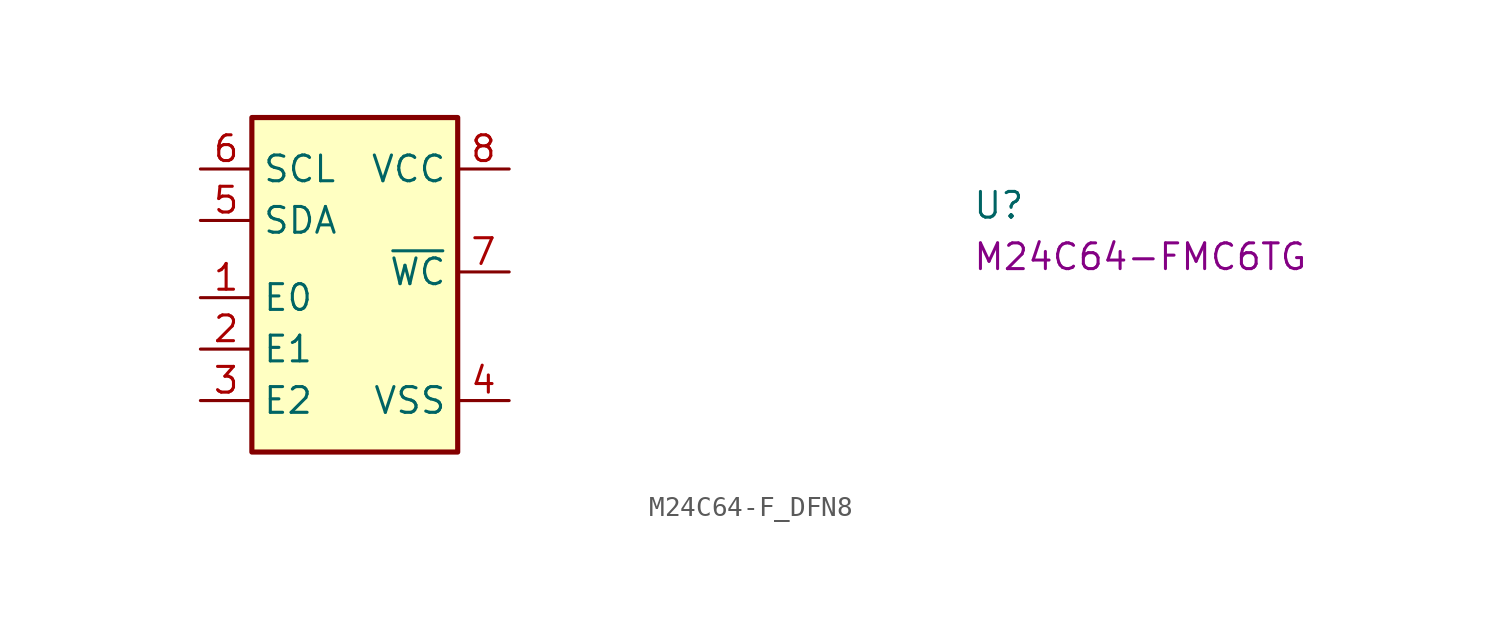
<source format=kicad_sym>
(kicad_symbol_lib
  (version 20220914)
  (generator kicad_symbol_editor)
  (symbol "M24C64-F_DFN8"
    (property "Reference" "U"
      (at 38.1 -2.54 0)
      (effects (font (size 1.27 1.27) (thickness 0.15)) (justify left bottom)))
    (property "MPN" "M24C64-FMC6TG"
      (at 38.1 -5.08 0)
      (effects (font (size 1.27 1.27) (thickness 0.15)) (justify left bottom)))
    (symbol "M24C64-F_DFN8_1_1"
      (rectangle (start 2.54 2.54) (end 12.7 -13.97) (stroke (width 0.254) (type default)) (fill (type background)))
      (pin input line (at 0 -6.35 0) (length 2.54) (name "E0" (effects (font (size 1.27 1.27)))) (number "1" (effects (font (size 1.27 1.27)))))
      (pin input line (at 0 -8.89 0) (length 2.54) (name "E1" (effects (font (size 1.27 1.27)))) (number "2" (effects (font (size 1.27 1.27)))))
      (pin input line (at 0 -11.43 0) (length 2.54) (name "E2" (effects (font (size 1.27 1.27)))) (number "3" (effects (font (size 1.27 1.27)))))
      (pin power_in line (at 15.24 -11.43 180) (length 2.54) (name "VSS" (effects (font (size 1.27 1.27)))) (number "4" (effects (font (size 1.27 1.27)))))
      (pin bidirectional line (at 0 -2.54 0) (length 2.54) (name "SDA" (effects (font (size 1.27 1.27)))) (number "5" (effects (font (size 1.27 1.27)))))
      (pin input line (at 0 0 0) (length 2.54) (name "SCL" (effects (font (size 1.27 1.27)))) (number "6" (effects (font (size 1.27 1.27)))))
      (pin input line (at 15.24 -5.08 180) (length 2.54) (name "~{WC}" (effects (font (size 1.27 1.27)))) (number "7" (effects (font (size 1.27 1.27)))))
      (pin power_in line (at 15.24 0 180) (length 2.54) (name "VCC" (effects (font (size 1.27 1.27)))) (number "8" (effects (font (size 1.27 1.27)))))
      (pin passive line (at 15.24 -11.43 180) (length 2.54) hide (name "VSS" (effects (font (size 1.27 1.27)))) (number "9" (effects (font (size 1.27 1.27))))))))
</source>
